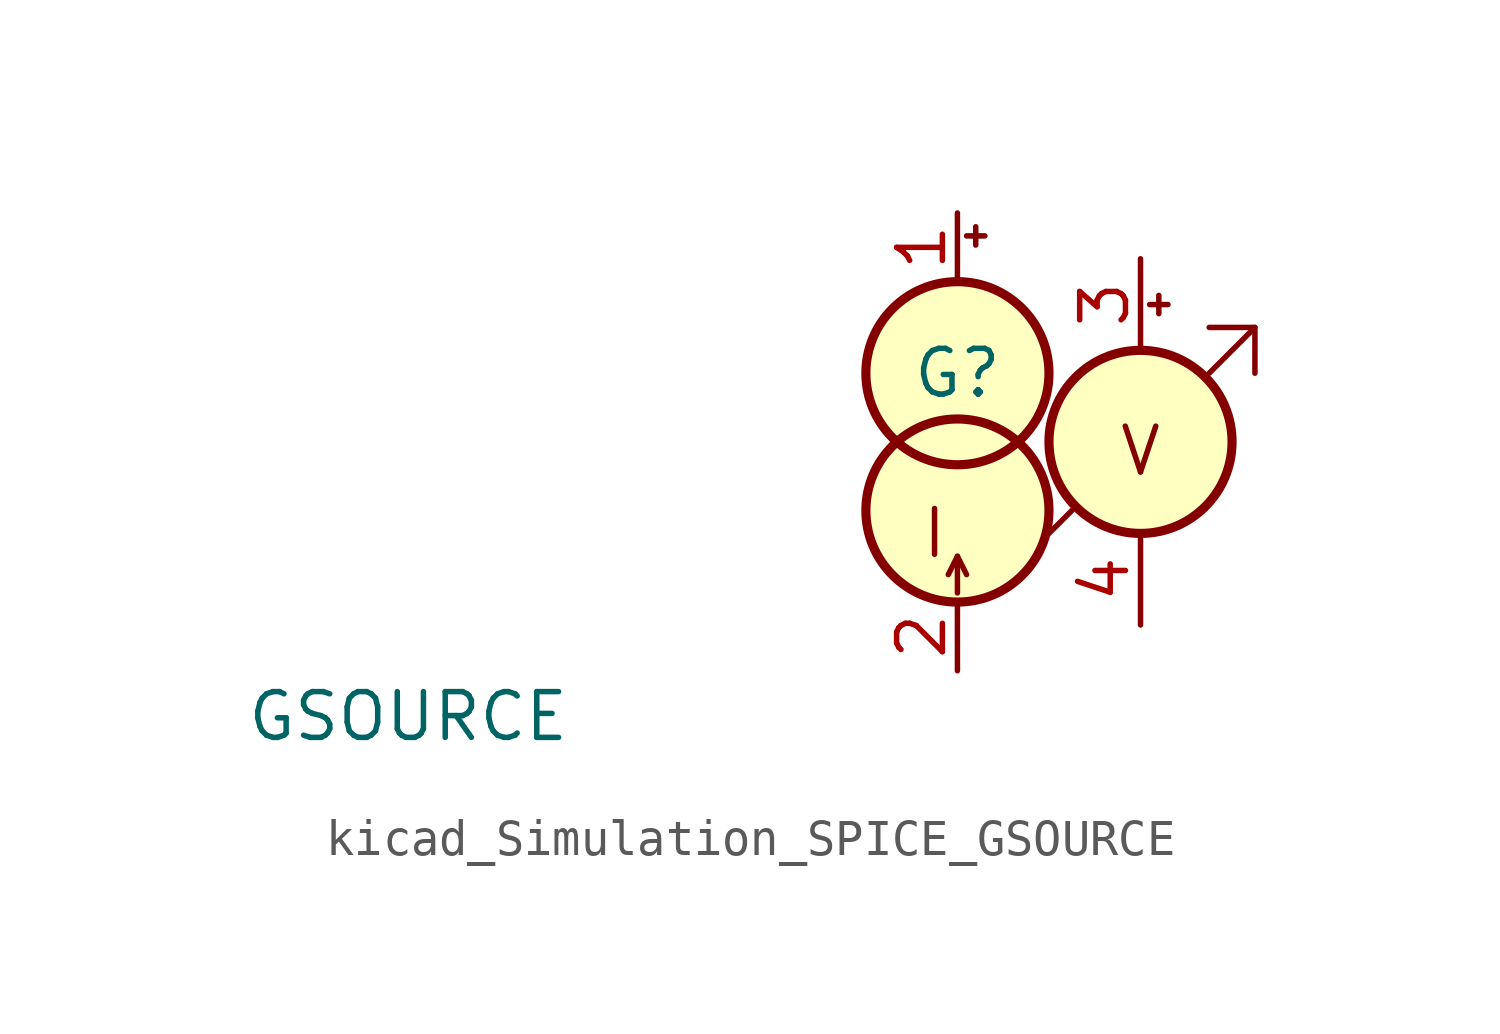
<source format=kicad_sym>
(kicad_symbol_lib
  (version 20220914)
  (generator kicad_symbol_editor)
  (symbol "kicad_Simulation_SPICE_GSOURCE"
    (pin_names
      (offset 1.016) hide)
    (property "Reference" "G"
      (at 0 1.905 0)
      (effects (font (size 1.27 1.27))))
    (property "Value" "GSOURCE"
      (at -15.24 -7.62 0)
      (effects (font (size 1.27 1.27))))
    (symbol "kicad_Simulation_SPICE_GSOURCE_0_1"
      (circle (center 0 -1.905) (radius 2.54) (stroke (width 0.254) (type default)) (fill (type background)))
      (polyline (pts (xy 0 -3.175) (xy 0 -4.191)) (stroke (width 0) (type default)) (fill (type none)))
      (polyline (pts (xy 0.254 -3.683) (xy 0 -3.175) (xy -0.254 -3.683)) (stroke (width 0) (type default)) (fill (type none)))
      (circle (center 0 1.905) (radius 2.54) (stroke (width 0.254) (type default)) (fill (type background)))
      (text "I" (at -0.635 -2.54 0) (effects (font (size 1.27 1.27)))))
    (symbol "kicad_Simulation_SPICE_GSOURCE_1_1"
      (polyline (pts (xy 0.254 5.715) (xy 0.762 5.715)) (stroke (width 0) (type default)) (fill (type none)))
      (polyline (pts (xy 0.508 5.969) (xy 0.508 5.461)) (stroke (width 0) (type default)) (fill (type none)))
      (polyline (pts (xy 2.54 -2.54) (xy 3.175 -1.905)) (stroke (width 0) (type default)) (fill (type none)))
      (polyline (pts (xy 5.334 3.81) (xy 5.842 3.81)) (stroke (width 0) (type default)) (fill (type none)))
      (polyline (pts (xy 5.588 4.064) (xy 5.588 3.556)) (stroke (width 0) (type default)) (fill (type none)))
      (polyline (pts (xy 6.985 1.905) (xy 8.255 3.175)) (stroke (width 0) (type default)) (fill (type none)))
      (polyline (pts (xy 6.985 3.175) (xy 8.255 3.175) (xy 8.255 1.905)) (stroke (width 0) (type default)) (fill (type none)))
      (circle (center 5.08 0) (radius 2.54) (stroke (width 0.254) (type default)) (fill (type background)))
      (text "V" (at 5.08 -0.254 0) (effects (font (size 1.27 1.27))))
      (pin input line (at 0 6.35 270) (length 1.905) (name "N+" (effects (font (size 1.27 1.27)))) (number "1" (effects (font (size 1.27 1.27)))))
      (pin input line (at 0 -6.35 90) (length 1.905) (name "N-" (effects (font (size 1.27 1.27)))) (number "2" (effects (font (size 1.27 1.27)))))
      (pin passive line (at 5.08 5.08 270) (length 2.54) (name "C+" (effects (font (size 1.27 1.27)))) (number "3" (effects (font (size 1.27 1.27)))))
      (pin passive line (at 5.08 -5.08 90) (length 2.54) (name "C-" (effects (font (size 1.27 1.27)))) (number "4" (effects (font (size 1.27 1.27))))))))
</source>
